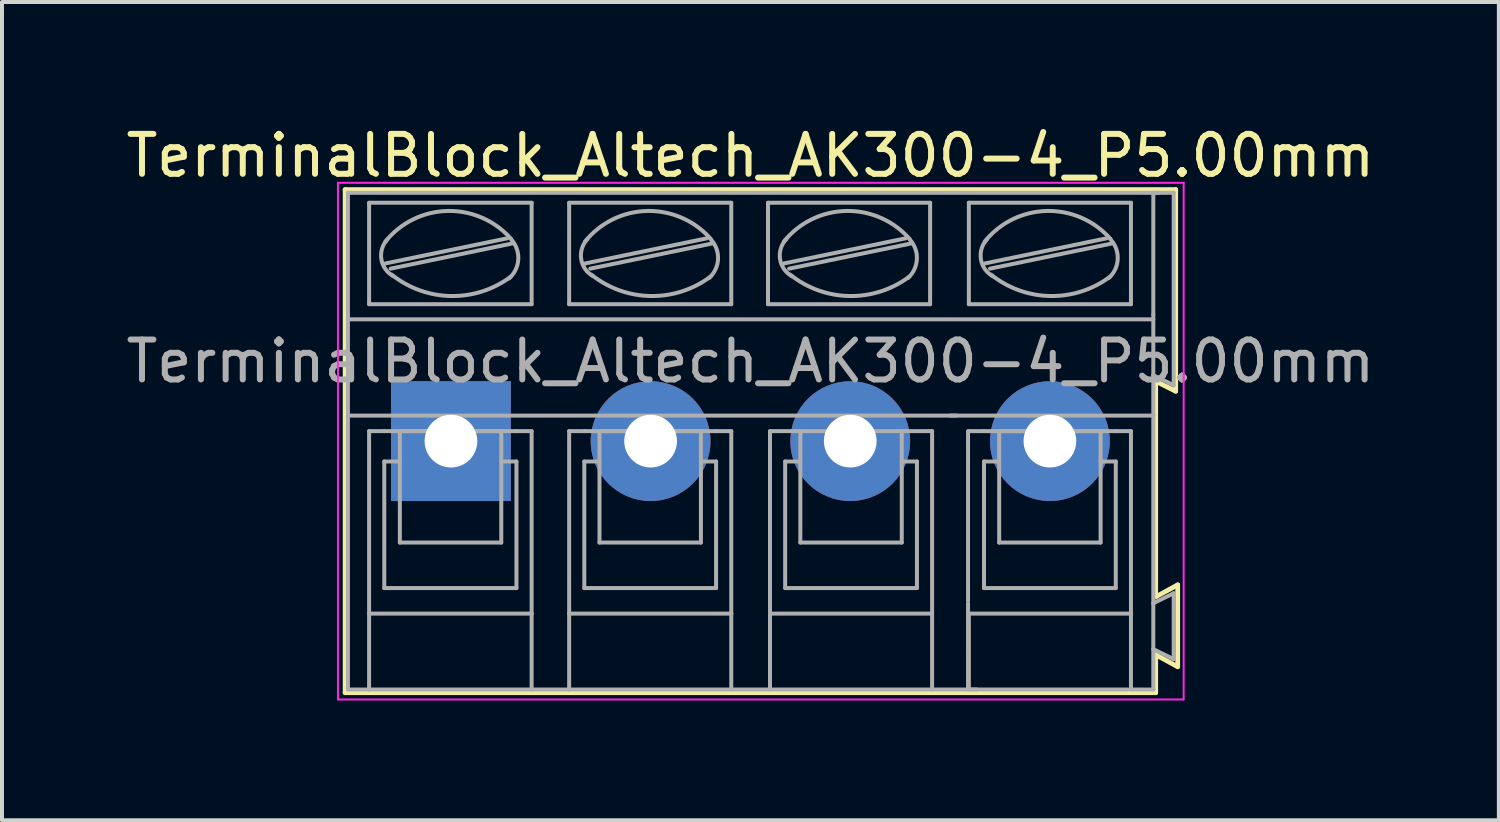
<source format=kicad_pcb>
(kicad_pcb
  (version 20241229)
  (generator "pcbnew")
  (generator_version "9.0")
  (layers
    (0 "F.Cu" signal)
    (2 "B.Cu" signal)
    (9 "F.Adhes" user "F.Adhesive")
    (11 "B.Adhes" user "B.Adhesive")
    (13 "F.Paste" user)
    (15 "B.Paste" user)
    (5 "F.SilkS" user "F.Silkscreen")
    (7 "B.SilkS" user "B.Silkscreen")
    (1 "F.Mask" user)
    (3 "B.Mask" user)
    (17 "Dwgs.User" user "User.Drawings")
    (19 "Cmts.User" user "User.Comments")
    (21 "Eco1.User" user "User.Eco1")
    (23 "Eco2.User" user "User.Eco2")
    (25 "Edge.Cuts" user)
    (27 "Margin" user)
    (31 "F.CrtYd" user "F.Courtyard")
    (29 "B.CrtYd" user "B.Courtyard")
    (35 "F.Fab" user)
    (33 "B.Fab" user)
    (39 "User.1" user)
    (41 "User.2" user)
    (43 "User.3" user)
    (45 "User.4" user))
  (footprint "TerminalBlock_Altech_AK300-4_P5.00mm"
    (layer "F.Cu")
    (at 8.244 7.998)
    (property "Reference" "TerminalBlock_Altech_AK300-4_P5.00mm" (at 7.5 -7.15 0) (layer "F.SilkS") (effects (font (size 1 1) (thickness 0.15))))
    (attr through_hole)
    (fp_line (start -2.65 -6.3) (end 18.15 -6.3) (stroke (width 0.12) (type solid)) (layer "F.SilkS"))
    (fp_line (start -2.65 6.3) (end -2.65 -6.3) (stroke (width 0.12) (type solid)) (layer "F.SilkS"))
    (fp_line (start 17.65 -1.5) (end 17.65 3.9) (stroke (width 0.12) (type solid)) (layer "F.SilkS"))
    (fp_line (start 17.65 3.9) (end 18.2 3.6) (stroke (width 0.12) (type solid)) (layer "F.SilkS"))
    (fp_line (start 17.65 5.35) (end 17.65 6.3) (stroke (width 0.12) (type solid)) (layer "F.SilkS"))
    (fp_line (start 17.65 6.3) (end -2.65 6.3) (stroke (width 0.12) (type solid)) (layer "F.SilkS"))
    (fp_line (start 18.15 -6.3) (end 18.15 -1.25) (stroke (width 0.12) (type solid)) (layer "F.SilkS"))
    (fp_line (start 18.15 -1.25) (end 17.65 -1.5) (stroke (width 0.12) (type solid)) (layer "F.SilkS"))
    (fp_line (start 18.2 3.6) (end 18.2 5.65) (stroke (width 0.12) (type solid)) (layer "F.SilkS"))
    (fp_line (start 18.2 5.65) (end 17.65 5.35) (stroke (width 0.12) (type solid)) (layer "F.SilkS"))
    (fp_line (start -2.83 -6.47) (end -2.83 6.47) (stroke (width 0.05) (type solid)) (layer "F.CrtYd"))
    (fp_line (start -2.83 -6.47) (end 18.35 -6.47) (stroke (width 0.05) (type solid)) (layer "F.CrtYd"))
    (fp_line (start 18.35 6.47) (end -2.83 6.47) (stroke (width 0.05) (type solid)) (layer "F.CrtYd"))
    (fp_line (start 18.35 6.47) (end 18.35 -6.47) (stroke (width 0.05) (type solid)) (layer "F.CrtYd"))
    (fp_line (start -2.58 -3.17) (end -2.58 -6.22) (stroke (width 0.1) (type solid)) (layer "F.Fab"))
    (fp_line (start -2.58 -0.64) (end -2.58 -3.17) (stroke (width 0.1) (type solid)) (layer "F.Fab"))
    (fp_line (start -2.58 6.22) (end -2.58 -0.64) (stroke (width 0.1) (type solid)) (layer "F.Fab"))
    (fp_line (start -2.58 6.22) (end -2.05 6.22) (stroke (width 0.1) (type solid)) (layer "F.Fab"))
    (fp_line (start -2.05 -3.43) (end -2.05 -5.97) (stroke (width 0.1) (type solid)) (layer "F.Fab"))
    (fp_line (start -2.05 -0.25) (end -2.05 4.32) (stroke (width 0.1) (type solid)) (layer "F.Fab"))
    (fp_line (start -2.05 -0.25) (end -1.67 -0.25) (stroke (width 0.1) (type solid)) (layer "F.Fab"))
    (fp_line (start -2.05 4.32) (end -2.05 6.22) (stroke (width 0.1) (type solid)) (layer "F.Fab"))
    (fp_line (start -2.05 6.22) (end 2.02 6.22) (stroke (width 0.1) (type solid)) (layer "F.Fab"))
    (fp_line (start -1.67 0.51) (end -1.28 0.51) (stroke (width 0.1) (type solid)) (layer "F.Fab"))
    (fp_line (start -1.67 3.68) (end -1.67 0.51) (stroke (width 0.1) (type solid)) (layer "F.Fab"))
    (fp_line (start -1.64 -4.45) (end 1.41 -5.08) (stroke (width 0.1) (type solid)) (layer "F.Fab"))
    (fp_line (start -1.51 -4.32) (end 1.53 -4.95) (stroke (width 0.1) (type solid)) (layer "F.Fab"))
    (fp_line (start -1.28 -0.25) (end 1.26 -0.25) (stroke (width 0.1) (type solid)) (layer "F.Fab"))
    (fp_line (start -1.28 2.54) (end -1.28 -0.25) (stroke (width 0.1) (type solid)) (layer "F.Fab"))
    (fp_line (start -1.28 2.54) (end 1.26 2.54) (stroke (width 0.1) (type solid)) (layer "F.Fab"))
    (fp_line (start 1.26 2.54) (end 1.26 -0.25) (stroke (width 0.1) (type solid)) (layer "F.Fab"))
    (fp_line (start 1.64 -0.25) (end -1.67 -0.25) (stroke (width 0.1) (type solid)) (layer "F.Fab"))
    (fp_line (start 1.64 0.51) (end 1.26 0.51) (stroke (width 0.1) (type solid)) (layer "F.Fab"))
    (fp_line (start 1.64 3.68) (end -1.67 3.68) (stroke (width 0.1) (type solid)) (layer "F.Fab"))
    (fp_line (start 1.64 3.68) (end 1.64 0.51) (stroke (width 0.1) (type solid)) (layer "F.Fab"))
    (fp_line (start 2.02 -5.97) (end -2.05 -5.97) (stroke (width 0.1) (type solid)) (layer "F.Fab"))
    (fp_line (start 2.02 -3.43) (end -2.05 -3.43) (stroke (width 0.1) (type solid)) (layer "F.Fab"))
    (fp_line (start 2.02 -3.43) (end 2.02 -5.97) (stroke (width 0.1) (type solid)) (layer "F.Fab"))
    (fp_line (start 2.02 -0.25) (end 1.64 -0.25) (stroke (width 0.1) (type solid)) (layer "F.Fab"))
    (fp_line (start 2.02 4.32) (end -2.05 4.32) (stroke (width 0.1) (type solid)) (layer "F.Fab"))
    (fp_line (start 2.02 4.32) (end 2.02 -0.25) (stroke (width 0.1) (type solid)) (layer "F.Fab"))
    (fp_line (start 2.02 6.22) (end 2.02 4.32) (stroke (width 0.1) (type solid)) (layer "F.Fab"))
    (fp_line (start 2.02 6.22) (end 2.96 6.22) (stroke (width 0.1) (type solid)) (layer "F.Fab"))
    (fp_line (start 2.96 -5.97) (end 7.02 -5.97) (stroke (width 0.1) (type solid)) (layer "F.Fab"))
    (fp_line (start 2.96 -3.43) (end 2.96 -5.97) (stroke (width 0.1) (type solid)) (layer "F.Fab"))
    (fp_line (start 2.96 -0.25) (end 3.34 -0.25) (stroke (width 0.1) (type solid)) (layer "F.Fab"))
    (fp_line (start 2.96 4.32) (end 2.96 -0.25) (stroke (width 0.1) (type solid)) (layer "F.Fab"))
    (fp_line (start 2.96 4.32) (end 7.02 4.32) (stroke (width 0.1) (type solid)) (layer "F.Fab"))
    (fp_line (start 2.96 6.22) (end 2.96 4.32) (stroke (width 0.1) (type solid)) (layer "F.Fab"))
    (fp_line (start 2.96 6.22) (end 7.02 6.22) (stroke (width 0.1) (type solid)) (layer "F.Fab"))
    (fp_line (start 3.34 -0.25) (end 6.64 -0.25) (stroke (width 0.1) (type solid)) (layer "F.Fab"))
    (fp_line (start 3.34 0.51) (end 3.72 0.51) (stroke (width 0.1) (type solid)) (layer "F.Fab"))
    (fp_line (start 3.34 3.68) (end 3.34 0.51) (stroke (width 0.1) (type solid)) (layer "F.Fab"))
    (fp_line (start 3.36 -4.45) (end 6.41 -5.08) (stroke (width 0.1) (type solid)) (layer "F.Fab"))
    (fp_line (start 3.49 -4.32) (end 6.54 -4.95) (stroke (width 0.1) (type solid)) (layer "F.Fab"))
    (fp_line (start 3.72 -0.25) (end 6.26 -0.25) (stroke (width 0.1) (type solid)) (layer "F.Fab"))
    (fp_line (start 3.72 2.54) (end 3.72 -0.25) (stroke (width 0.1) (type solid)) (layer "F.Fab"))
    (fp_line (start 3.72 2.54) (end 6.26 2.54) (stroke (width 0.1) (type solid)) (layer "F.Fab"))
    (fp_line (start 6.26 2.54) (end 6.26 -0.25) (stroke (width 0.1) (type solid)) (layer "F.Fab"))
    (fp_line (start 6.64 0.51) (end 6.26 0.51) (stroke (width 0.1) (type solid)) (layer "F.Fab"))
    (fp_line (start 6.64 3.68) (end 3.34 3.68) (stroke (width 0.1) (type solid)) (layer "F.Fab"))
    (fp_line (start 6.64 3.68) (end 6.64 0.51) (stroke (width 0.1) (type solid)) (layer "F.Fab"))
    (fp_line (start 7.02 -5.97) (end 7.02 -3.43) (stroke (width 0.1) (type solid)) (layer "F.Fab"))
    (fp_line (start 7.02 -3.43) (end 2.96 -3.43) (stroke (width 0.1) (type solid)) (layer "F.Fab"))
    (fp_line (start 7.02 -0.25) (end 6.64 -0.25) (stroke (width 0.1) (type solid)) (layer "F.Fab"))
    (fp_line (start 7.02 -0.25) (end 7.02 4.32) (stroke (width 0.1) (type solid)) (layer "F.Fab"))
    (fp_line (start 7.02 4.32) (end 7.02 6.22) (stroke (width 0.1) (type solid)) (layer "F.Fab"))
    (fp_line (start 7.94 -5.97) (end 12 -5.97) (stroke (width 0.1) (type solid)) (layer "F.Fab"))
    (fp_line (start 7.94 -3.43) (end 7.94 -5.97) (stroke (width 0.1) (type solid)) (layer "F.Fab"))
    (fp_line (start 7.99 -0.25) (end 12.05 -0.25) (stroke (width 0.1) (type solid)) (layer "F.Fab"))
    (fp_line (start 7.99 4.32) (end 12.05 4.32) (stroke (width 0.1) (type solid)) (layer "F.Fab"))
    (fp_line (start 7.99 6.22) (end 7.99 -0.25) (stroke (width 0.1) (type solid)) (layer "F.Fab"))
    (fp_line (start 8.34 -4.45) (end 11.39 -5.08) (stroke (width 0.1) (type solid)) (layer "F.Fab"))
    (fp_line (start 8.37 0.51) (end 8.37 3.68) (stroke (width 0.1) (type solid)) (layer "F.Fab"))
    (fp_line (start 8.37 0.51) (end 8.75 0.51) (stroke (width 0.1) (type solid)) (layer "F.Fab"))
    (fp_line (start 8.37 3.68) (end 11.67 3.68) (stroke (width 0.1) (type solid)) (layer "F.Fab"))
    (fp_line (start 8.47 -4.32) (end 11.52 -4.95) (stroke (width 0.1) (type solid)) (layer "F.Fab"))
    (fp_line (start 8.75 -0.25) (end 8.75 2.54) (stroke (width 0.1) (type solid)) (layer "F.Fab"))
    (fp_line (start 8.75 2.54) (end 11.29 2.54) (stroke (width 0.1) (type solid)) (layer "F.Fab"))
    (fp_line (start 11.29 2.54) (end 11.29 -0.25) (stroke (width 0.1) (type solid)) (layer "F.Fab"))
    (fp_line (start 11.67 0.51) (end 11.29 0.51) (stroke (width 0.1) (type solid)) (layer "F.Fab"))
    (fp_line (start 11.67 3.68) (end 11.67 0.51) (stroke (width 0.1) (type solid)) (layer "F.Fab"))
    (fp_line (start 12 -5.97) (end 12 -3.43) (stroke (width 0.1) (type solid)) (layer "F.Fab"))
    (fp_line (start 12 -3.43) (end 7.94 -3.43) (stroke (width 0.1) (type solid)) (layer "F.Fab"))
    (fp_line (start 12.05 6.22) (end 12.05 -0.25) (stroke (width 0.1) (type solid)) (layer "F.Fab"))
    (fp_line (start 12.51 -0.64) (end 17.59 -0.64) (stroke (width 0.1) (type solid)) (layer "F.Fab"))
    (fp_line (start 12.66 -0.64) (end -2.52 -0.64) (stroke (width 0.1) (type solid)) (layer "F.Fab"))
    (fp_line (start 12.95 4) (end 12.95 -0.25) (stroke (width 0.1) (type solid)) (layer "F.Fab"))
    (fp_line (start 12.95 4.06) (end 12.95 5.21) (stroke (width 0.1) (type solid)) (layer "F.Fab"))
    (fp_line (start 12.95 5.21) (end 12.95 6.22) (stroke (width 0.1) (type solid)) (layer "F.Fab"))
    (fp_line (start 12.97 -5.97) (end 17.03 -5.97) (stroke (width 0.1) (type solid)) (layer "F.Fab"))
    (fp_line (start 12.97 -3.43) (end 12.97 -5.97) (stroke (width 0.1) (type solid)) (layer "F.Fab"))
    (fp_line (start 12.97 -0.25) (end 13.35 -0.25) (stroke (width 0.1) (type solid)) (layer "F.Fab"))
    (fp_line (start 12.97 4.32) (end 17.03 4.32) (stroke (width 0.1) (type solid)) (layer "F.Fab"))
    (fp_line (start 12.97 6.22) (end 12.97 4.32) (stroke (width 0.1) (type solid)) (layer "F.Fab"))
    (fp_line (start 13.17 6.22) (end 7.07 6.22) (stroke (width 0.1) (type solid)) (layer "F.Fab"))
    (fp_line (start 13.35 -0.25) (end 16.65 -0.25) (stroke (width 0.1) (type solid)) (layer "F.Fab"))
    (fp_line (start 13.35 0.51) (end 13.73 0.51) (stroke (width 0.1) (type solid)) (layer "F.Fab"))
    (fp_line (start 13.35 3.68) (end 13.35 0.51) (stroke (width 0.1) (type solid)) (layer "F.Fab"))
    (fp_line (start 13.37 -4.45) (end 16.42 -5.08) (stroke (width 0.1) (type solid)) (layer "F.Fab"))
    (fp_line (start 13.5 -4.32) (end 16.55 -4.95) (stroke (width 0.1) (type solid)) (layer "F.Fab"))
    (fp_line (start 13.73 -0.25) (end 16.27 -0.25) (stroke (width 0.1) (type solid)) (layer "F.Fab"))
    (fp_line (start 13.73 2.54) (end 13.73 -0.25) (stroke (width 0.1) (type solid)) (layer "F.Fab"))
    (fp_line (start 13.73 2.54) (end 16.27 2.54) (stroke (width 0.1) (type solid)) (layer "F.Fab"))
    (fp_line (start 16.27 2.54) (end 16.27 -0.25) (stroke (width 0.1) (type solid)) (layer "F.Fab"))
    (fp_line (start 16.65 0.51) (end 16.27 0.51) (stroke (width 0.1) (type solid)) (layer "F.Fab"))
    (fp_line (start 16.65 3.68) (end 13.35 3.68) (stroke (width 0.1) (type solid)) (layer "F.Fab"))
    (fp_line (start 16.65 3.68) (end 16.65 0.51) (stroke (width 0.1) (type solid)) (layer "F.Fab"))
    (fp_line (start 16.95 6.22) (end 13.02 6.22) (stroke (width 0.1) (type solid)) (layer "F.Fab"))
    (fp_line (start 17.03 -5.97) (end 17.03 -3.43) (stroke (width 0.1) (type solid)) (layer "F.Fab"))
    (fp_line (start 17.03 -3.43) (end 12.97 -3.43) (stroke (width 0.1) (type solid)) (layer "F.Fab"))
    (fp_line (start 17.03 -0.25) (end 16.65 -0.25) (stroke (width 0.1) (type solid)) (layer "F.Fab"))
    (fp_line (start 17.03 -0.25) (end 17.03 4.32) (stroke (width 0.1) (type solid)) (layer "F.Fab"))
    (fp_line (start 17.03 4.32) (end 17.03 6.22) (stroke (width 0.1) (type solid)) (layer "F.Fab"))
    (fp_line (start 17.03 6.22) (end 17.59 6.22) (stroke (width 0.1) (type solid)) (layer "F.Fab"))
    (fp_line (start 17.59 -6.22) (end 17.59 -3.17) (stroke (width 0.1) (type solid)) (layer "F.Fab"))
    (fp_line (start 17.59 -6.22) (end 18.1 -6.22) (stroke (width 0.1) (type solid)) (layer "F.Fab"))
    (fp_line (start 17.59 -3.17) (end 17.59 -1.65) (stroke (width 0.1) (type solid)) (layer "F.Fab"))
    (fp_line (start 17.59 -3.05) (end -2.58 -3.05) (stroke (width 0.1) (type solid)) (layer "F.Fab"))
    (fp_line (start 17.59 -1.65) (end 17.59 -0.64) (stroke (width 0.1) (type solid)) (layer "F.Fab"))
    (fp_line (start 17.59 -0.64) (end 17.59 4.06) (stroke (width 0.1) (type solid)) (layer "F.Fab"))
    (fp_line (start 17.59 4.06) (end 17.59 5.21) (stroke (width 0.1) (type solid)) (layer "F.Fab"))
    (fp_line (start 17.59 5.21) (end 17.59 6.22) (stroke (width 0.1) (type solid)) (layer "F.Fab"))
    (fp_line (start 17.74 -6.22) (end -2.58 -6.22) (stroke (width 0.1) (type solid)) (layer "F.Fab"))
    (fp_line (start 18.1 -6.22) (end 18.1 -1.4) (stroke (width 0.1) (type solid)) (layer "F.Fab"))
    (fp_line (start 18.1 -1.4) (end 17.59 -1.65) (stroke (width 0.1) (type solid)) (layer "F.Fab"))
    (fp_line (start 18.1 3.81) (end 17.59 4.06) (stroke (width 0.1) (type solid)) (layer "F.Fab"))
    (fp_line (start 18.1 3.81) (end 18.1 5.46) (stroke (width 0.1) (type solid)) (layer "F.Fab"))
    (fp_line (start 18.1 5.46) (end 17.59 5.21) (stroke (width 0.1) (type solid)) (layer "F.Fab"))
    (fp_arc (start -1.64 -5) (mid -0.080263 -5.764867) (end 1.508239 -5.061686) (stroke (width 0.1) (type solid)) (layer "F.Fab"))
    (fp_arc (start -1.44 -4.13) (mid -1.742324 -4.551515) (end -1.595426 -5.049005) (stroke (width 0.1) (type solid)) (layer "F.Fab"))
    (fp_arc (start 1.5 -4.12) (mid 0.000583 -3.634318) (end -1.482333 -4.168263) (stroke (width 0.1) (type solid)) (layer "F.Fab"))
    (fp_arc (start 1.51 -5.05) (mid 1.685733 -4.551652) (end 1.455532 -4.076005) (stroke (width 0.1) (type solid)) (layer "F.Fab"))
    (fp_arc (start 3.36 -5) (mid 4.919737 -5.764867) (end 6.508239 -5.061686) (stroke (width 0.1) (type solid)) (layer "F.Fab"))
    (fp_arc (start 3.56 -4.13) (mid 3.261534 -4.559406) (end 3.417028 -5.058699) (stroke (width 0.1) (type solid)) (layer "F.Fab"))
    (fp_arc (start 6.5 -4.12) (mid 5.000583 -3.634318) (end 3.517667 -4.168263) (stroke (width 0.1) (type solid)) (layer "F.Fab"))
    (fp_arc (start 6.51 -5.05) (mid 6.688693 -4.558754) (end 6.465619 -4.086005) (stroke (width 0.1) (type solid)) (layer "F.Fab"))
    (fp_arc (start 8.34 -5) (mid 9.899737 -5.764867) (end 11.488239 -5.061686) (stroke (width 0.1) (type solid)) (layer "F.Fab"))
    (fp_arc (start 8.54 -4.13) (mid 8.241534 -4.559406) (end 8.397028 -5.058699) (stroke (width 0.1) (type solid)) (layer "F.Fab"))
    (fp_arc (start 11.48 -4.12) (mid 9.980583 -3.634318) (end 8.497667 -4.168263) (stroke (width 0.1) (type solid)) (layer "F.Fab"))
    (fp_arc (start 11.49 -5.05) (mid 11.668693 -4.558754) (end 11.445619 -4.086005) (stroke (width 0.1) (type solid)) (layer "F.Fab"))
    (fp_arc (start 13.37 -5) (mid 14.929737 -5.764867) (end 16.518239 -5.061686) (stroke (width 0.1) (type solid)) (layer "F.Fab"))
    (fp_arc (start 13.57 -4.13) (mid 13.271534 -4.559406) (end 13.427028 -5.058699) (stroke (width 0.1) (type solid)) (layer "F.Fab"))
    (fp_arc (start 16.51 -4.12) (mid 15.010583 -3.634318) (end 13.527667 -4.168263) (stroke (width 0.1) (type solid)) (layer "F.Fab"))
    (fp_arc (start 16.52 -5.05) (mid 16.698693 -4.558754) (end 16.475619 -4.086005) (stroke (width 0.1) (type solid)) (layer "F.Fab"))
    (fp_text user "${REFERENCE}" (at 7.5 -2 0) (layer "F.Fab") (effects (font (size 1 1) (thickness 0.15))))
    (pad "1" thru_hole rect (at 0 0) (size 3 3) (drill 1.32) (layers "*.Cu" "*.Mask"))
    (pad "2" thru_hole circle (at 5 0) (size 3 3) (drill 1.32) (layers "*.Cu" "*.Mask"))
    (pad "3" thru_hole circle (at 10 0) (size 3 3) (drill 1.32) (layers "*.Cu" "*.Mask"))
    (pad "4" thru_hole circle (at 15 0) (size 3 3) (drill 1.32) (layers "*.Cu" "*.Mask")))
  (gr_rect
    (start -3 -3)
    (end 34.488 17.493)
    (stroke (width 0.1) (type default))
    (fill no)
    (layer "Edge.Cuts")))
</source>
